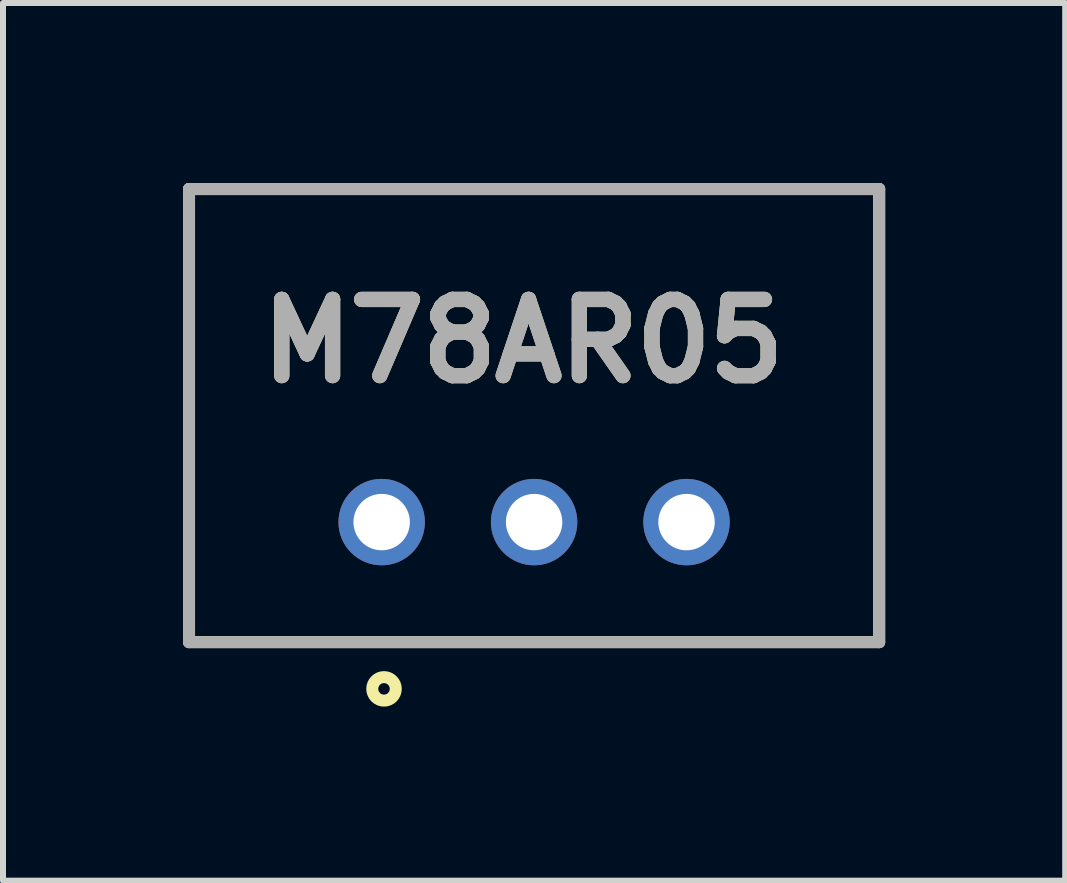
<source format=kicad_pcb>
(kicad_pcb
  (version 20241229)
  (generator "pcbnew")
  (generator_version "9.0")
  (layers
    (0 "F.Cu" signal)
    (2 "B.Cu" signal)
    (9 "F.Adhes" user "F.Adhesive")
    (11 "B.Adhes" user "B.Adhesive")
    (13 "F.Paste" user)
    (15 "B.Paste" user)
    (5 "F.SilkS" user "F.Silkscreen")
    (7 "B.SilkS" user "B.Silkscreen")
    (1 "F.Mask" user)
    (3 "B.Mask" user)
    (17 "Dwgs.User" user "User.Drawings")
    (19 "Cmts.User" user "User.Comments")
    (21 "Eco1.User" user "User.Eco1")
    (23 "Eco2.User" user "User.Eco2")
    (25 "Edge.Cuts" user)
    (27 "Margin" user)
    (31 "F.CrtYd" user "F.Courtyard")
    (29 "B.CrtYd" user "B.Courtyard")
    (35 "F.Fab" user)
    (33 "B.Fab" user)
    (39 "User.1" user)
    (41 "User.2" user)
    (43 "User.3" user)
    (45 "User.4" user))
  (footprint "M78AR05"
    (layer "F.Cu")
    (at 5.85 7.65)
    (property "Reference" "M78AR05" (at -0.183 -5.015 0) (layer "F.SilkS") (effects (font (size 1.27 1.27) (thickness 0.254))))
    (attr through_hole)
    (fp_line (start -5.75 -7.55) (end 5.75 -7.55) (stroke (width 0.2) (type solid)) (layer "F.SilkS"))
    (fp_line (start -5.75 0) (end -5.75 -7.55) (stroke (width 0.2) (type solid)) (layer "F.SilkS"))
    (fp_line (start 5.75 -7.55) (end 5.75 0) (stroke (width 0.2) (type solid)) (layer "F.SilkS"))
    (fp_line (start 5.75 0) (end -5.75 0) (stroke (width 0.2) (type solid)) (layer "F.SilkS"))
    (fp_circle (center -2.501 0.779) (end -2.501 0.875) (stroke (width 0.2) (type solid)) (fill no) (layer "F.SilkS"))
    (fp_line (start -5.75 -7.55) (end 5.75 -7.55) (stroke (width 0.2) (type solid)) (layer "F.Fab"))
    (fp_line (start -5.75 0) (end -5.75 -7.55) (stroke (width 0.2) (type solid)) (layer "F.Fab"))
    (fp_line (start 5.75 -7.55) (end 5.75 0) (stroke (width 0.2) (type solid)) (layer "F.Fab"))
    (fp_line (start 5.75 0) (end -5.75 0) (stroke (width 0.2) (type solid)) (layer "F.Fab"))
    (fp_text user "${REFERENCE}" (at -0.183 -5.015 0) (layer "F.Fab") (effects (font (size 1.27 1.27) (thickness 0.254))))
    (pad "1" thru_hole circle (at -2.54 -2) (size 1.44 1.44) (drill 0.94) (layers "*.Cu" "*.Mask"))
    (pad "2" thru_hole circle (at 0 -2) (size 1.44 1.44) (drill 0.94) (layers "*.Cu" "*.Mask"))
    (pad "3" thru_hole circle (at 2.54 -2) (size 1.44 1.44) (drill 0.94) (layers "*.Cu" "*.Mask")))
  (gr_rect
    (start -3 -3)
    (end 14.7 11.625)
    (stroke (width 0.1) (type default))
    (fill no)
    (layer "Edge.Cuts")))
</source>
